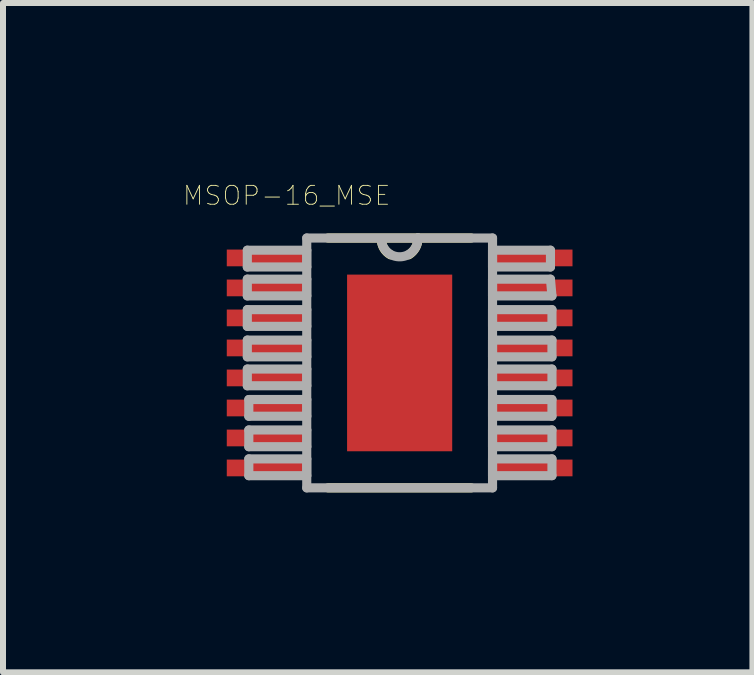
<source format=kicad_pcb>
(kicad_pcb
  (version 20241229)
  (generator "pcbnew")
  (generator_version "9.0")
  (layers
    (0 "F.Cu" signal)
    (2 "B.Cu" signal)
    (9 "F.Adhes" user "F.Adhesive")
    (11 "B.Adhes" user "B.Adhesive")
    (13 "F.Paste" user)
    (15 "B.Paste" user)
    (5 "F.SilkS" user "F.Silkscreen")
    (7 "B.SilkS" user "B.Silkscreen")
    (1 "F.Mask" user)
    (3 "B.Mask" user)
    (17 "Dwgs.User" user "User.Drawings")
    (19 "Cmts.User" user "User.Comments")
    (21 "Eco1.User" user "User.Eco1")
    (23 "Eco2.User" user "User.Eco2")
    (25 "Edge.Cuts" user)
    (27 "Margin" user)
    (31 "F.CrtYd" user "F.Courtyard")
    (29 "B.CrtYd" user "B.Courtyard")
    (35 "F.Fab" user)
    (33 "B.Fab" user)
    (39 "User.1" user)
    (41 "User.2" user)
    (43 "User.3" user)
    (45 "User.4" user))
  (footprint "MSOP-16_MSE"
    (layer "F.Cu")
    (at 3.614 3.002)
    (property "Reference" "MSOP-16_MSE" (at -1.883 -2.791 0) (layer "F.SilkS") (effects (font (size 0.315 0.315) (thickness 0.015))))
    (attr through_hole)
    (fp_line (start -1.194 2.083) (end 1.194 2.083) (stroke (width 0.152) (type solid)) (layer "F.SilkS"))
    (fp_line (start 0.305 -2.083) (end -1.194 -2.083) (stroke (width 0.152) (type solid)) (layer "F.SilkS"))
    (fp_line (start 1.194 -2.083) (end 0.305 -2.083) (stroke (width 0.152) (type solid)) (layer "F.SilkS"))
    (fp_arc (start -0.1524 -1.8034) (mid -0.26263 -1.909982) (end -0.3048 -2.0574) (stroke (width 0.1524) (type solid)) (layer "F.SilkS"))
    (fp_arc (start 0.3048 -2.082799) (mid 0.266032 -1.922682) (end 0.1524 -1.8034) (stroke (width 0.1524) (type solid)) (layer "F.SilkS"))
    (fp_line (start -2.54 -1.88) (end -2.54 -1.6) (stroke (width 0.152) (type solid)) (layer "F.Fab"))
    (fp_line (start -2.54 -1.6) (end -1.549 -1.6) (stroke (width 0.152) (type solid)) (layer "F.Fab"))
    (fp_line (start -2.54 -1.397) (end -2.54 -1.118) (stroke (width 0.152) (type solid)) (layer "F.Fab"))
    (fp_line (start -2.54 -1.118) (end -1.549 -1.118) (stroke (width 0.152) (type solid)) (layer "F.Fab"))
    (fp_line (start -2.54 -0.889) (end -2.54 -0.61) (stroke (width 0.152) (type solid)) (layer "F.Fab"))
    (fp_line (start -2.54 -0.61) (end -1.549 -0.61) (stroke (width 0.152) (type solid)) (layer "F.Fab"))
    (fp_line (start -2.54 -0.381) (end -2.54 -0.102) (stroke (width 0.152) (type solid)) (layer "F.Fab"))
    (fp_line (start -2.54 -0.102) (end -1.549 -0.102) (stroke (width 0.152) (type solid)) (layer "F.Fab"))
    (fp_line (start -2.54 0.102) (end -2.54 0.381) (stroke (width 0.152) (type solid)) (layer "F.Fab"))
    (fp_line (start -2.54 0.381) (end -1.549 0.381) (stroke (width 0.152) (type solid)) (layer "F.Fab"))
    (fp_line (start -2.515 0.61) (end -2.515 0.889) (stroke (width 0.152) (type solid)) (layer "F.Fab"))
    (fp_line (start -2.515 0.889) (end -1.549 0.889) (stroke (width 0.152) (type solid)) (layer "F.Fab"))
    (fp_line (start -2.515 1.118) (end -2.515 1.397) (stroke (width 0.152) (type solid)) (layer "F.Fab"))
    (fp_line (start -2.515 1.397) (end -1.549 1.397) (stroke (width 0.152) (type solid)) (layer "F.Fab"))
    (fp_line (start -2.515 1.6) (end -2.515 1.88) (stroke (width 0.152) (type solid)) (layer "F.Fab"))
    (fp_line (start -2.515 1.88) (end -1.549 1.88) (stroke (width 0.152) (type solid)) (layer "F.Fab"))
    (fp_line (start -1.549 -2.083) (end -1.549 2.083) (stroke (width 0.152) (type solid)) (layer "F.Fab"))
    (fp_line (start -1.549 -1.88) (end -2.54 -1.88) (stroke (width 0.152) (type solid)) (layer "F.Fab"))
    (fp_line (start -1.549 -1.6) (end -1.549 -1.88) (stroke (width 0.152) (type solid)) (layer "F.Fab"))
    (fp_line (start -1.549 -1.397) (end -2.54 -1.397) (stroke (width 0.152) (type solid)) (layer "F.Fab"))
    (fp_line (start -1.549 -1.118) (end -1.549 -1.397) (stroke (width 0.152) (type solid)) (layer "F.Fab"))
    (fp_line (start -1.549 -0.889) (end -2.54 -0.889) (stroke (width 0.152) (type solid)) (layer "F.Fab"))
    (fp_line (start -1.549 -0.61) (end -1.549 -0.889) (stroke (width 0.152) (type solid)) (layer "F.Fab"))
    (fp_line (start -1.549 -0.381) (end -2.54 -0.381) (stroke (width 0.152) (type solid)) (layer "F.Fab"))
    (fp_line (start -1.549 -0.102) (end -1.549 -0.381) (stroke (width 0.152) (type solid)) (layer "F.Fab"))
    (fp_line (start -1.549 0.102) (end -2.54 0.102) (stroke (width 0.152) (type solid)) (layer "F.Fab"))
    (fp_line (start -1.549 0.381) (end -1.549 0.102) (stroke (width 0.152) (type solid)) (layer "F.Fab"))
    (fp_line (start -1.549 0.61) (end -2.515 0.61) (stroke (width 0.152) (type solid)) (layer "F.Fab"))
    (fp_line (start -1.549 0.889) (end -1.549 0.61) (stroke (width 0.152) (type solid)) (layer "F.Fab"))
    (fp_line (start -1.549 1.118) (end -2.515 1.118) (stroke (width 0.152) (type solid)) (layer "F.Fab"))
    (fp_line (start -1.549 1.397) (end -1.549 1.118) (stroke (width 0.152) (type solid)) (layer "F.Fab"))
    (fp_line (start -1.549 1.6) (end -2.515 1.6) (stroke (width 0.152) (type solid)) (layer "F.Fab"))
    (fp_line (start -1.549 1.88) (end -1.549 1.6) (stroke (width 0.152) (type solid)) (layer "F.Fab"))
    (fp_line (start -1.549 2.083) (end 1.549 2.083) (stroke (width 0.152) (type solid)) (layer "F.Fab"))
    (fp_line (start 0.305 -2.083) (end -1.549 -2.083) (stroke (width 0.152) (type solid)) (layer "F.Fab"))
    (fp_line (start 1.549 -2.083) (end 0.305 -2.083) (stroke (width 0.152) (type solid)) (layer "F.Fab"))
    (fp_line (start 1.549 -1.88) (end 1.549 -1.6) (stroke (width 0.152) (type solid)) (layer "F.Fab"))
    (fp_line (start 1.549 -1.6) (end 2.515 -1.6) (stroke (width 0.152) (type solid)) (layer "F.Fab"))
    (fp_line (start 1.549 -1.397) (end 1.549 -1.118) (stroke (width 0.152) (type solid)) (layer "F.Fab"))
    (fp_line (start 1.549 -1.118) (end 2.54 -1.118) (stroke (width 0.152) (type solid)) (layer "F.Fab"))
    (fp_line (start 1.549 -0.889) (end 1.549 -0.61) (stroke (width 0.152) (type solid)) (layer "F.Fab"))
    (fp_line (start 1.549 -0.61) (end 2.54 -0.61) (stroke (width 0.152) (type solid)) (layer "F.Fab"))
    (fp_line (start 1.549 -0.381) (end 1.549 -0.102) (stroke (width 0.152) (type solid)) (layer "F.Fab"))
    (fp_line (start 1.549 -0.102) (end 2.54 -0.102) (stroke (width 0.152) (type solid)) (layer "F.Fab"))
    (fp_line (start 1.549 0.102) (end 1.549 0.381) (stroke (width 0.152) (type solid)) (layer "F.Fab"))
    (fp_line (start 1.549 0.381) (end 2.54 0.381) (stroke (width 0.152) (type solid)) (layer "F.Fab"))
    (fp_line (start 1.549 0.61) (end 1.549 0.889) (stroke (width 0.152) (type solid)) (layer "F.Fab"))
    (fp_line (start 1.549 0.889) (end 2.54 0.889) (stroke (width 0.152) (type solid)) (layer "F.Fab"))
    (fp_line (start 1.549 1.118) (end 1.549 1.397) (stroke (width 0.152) (type solid)) (layer "F.Fab"))
    (fp_line (start 1.549 1.397) (end 2.54 1.397) (stroke (width 0.152) (type solid)) (layer "F.Fab"))
    (fp_line (start 1.549 1.6) (end 1.549 1.88) (stroke (width 0.152) (type solid)) (layer "F.Fab"))
    (fp_line (start 1.549 1.88) (end 2.54 1.88) (stroke (width 0.152) (type solid)) (layer "F.Fab"))
    (fp_line (start 1.549 2.083) (end 1.549 -2.083) (stroke (width 0.152) (type solid)) (layer "F.Fab"))
    (fp_line (start 2.515 -1.88) (end 1.549 -1.88) (stroke (width 0.152) (type solid)) (layer "F.Fab"))
    (fp_line (start 2.515 -1.6) (end 2.515 -1.88) (stroke (width 0.152) (type solid)) (layer "F.Fab"))
    (fp_line (start 2.515 -1.397) (end 1.549 -1.397) (stroke (width 0.152) (type solid)) (layer "F.Fab"))
    (fp_line (start 2.54 -1.118) (end 2.515 -1.397) (stroke (width 0.152) (type solid)) (layer "F.Fab"))
    (fp_line (start 2.54 -0.889) (end 1.549 -0.889) (stroke (width 0.152) (type solid)) (layer "F.Fab"))
    (fp_line (start 2.54 -0.61) (end 2.54 -0.889) (stroke (width 0.152) (type solid)) (layer "F.Fab"))
    (fp_line (start 2.54 -0.381) (end 1.549 -0.381) (stroke (width 0.152) (type solid)) (layer "F.Fab"))
    (fp_line (start 2.54 -0.102) (end 2.54 -0.381) (stroke (width 0.152) (type solid)) (layer "F.Fab"))
    (fp_line (start 2.54 0.102) (end 1.549 0.102) (stroke (width 0.152) (type solid)) (layer "F.Fab"))
    (fp_line (start 2.54 0.381) (end 2.54 0.102) (stroke (width 0.152) (type solid)) (layer "F.Fab"))
    (fp_line (start 2.54 0.61) (end 1.549 0.61) (stroke (width 0.152) (type solid)) (layer "F.Fab"))
    (fp_line (start 2.54 0.889) (end 2.54 0.61) (stroke (width 0.152) (type solid)) (layer "F.Fab"))
    (fp_line (start 2.54 1.118) (end 1.549 1.118) (stroke (width 0.152) (type solid)) (layer "F.Fab"))
    (fp_line (start 2.54 1.397) (end 2.54 1.118) (stroke (width 0.152) (type solid)) (layer "F.Fab"))
    (fp_line (start 2.54 1.6) (end 1.549 1.6) (stroke (width 0.152) (type solid)) (layer "F.Fab"))
    (fp_line (start 2.54 1.88) (end 2.54 1.6) (stroke (width 0.152) (type solid)) (layer "F.Fab"))
    (fp_arc (start 0.3048 -2.0828) (mid 0.0127 -1.7653) (end -0.3048 -2.0574) (stroke (width 0.1524) (type solid)) (layer "F.Fab"))
    (pad "1" smd rect (at -2.184 -1.751) (size 1.397 0.279) (layers "F.Cu" "F.Mask" "F.Paste"))
    (pad "2" smd rect (at -2.184 -1.251) (size 1.397 0.279) (layers "F.Cu" "F.Mask" "F.Paste"))
    (pad "3" smd rect (at -2.184 -0.751) (size 1.397 0.279) (layers "F.Cu" "F.Mask" "F.Paste"))
    (pad "4" smd rect (at -2.184 -0.25) (size 1.397 0.279) (layers "F.Cu" "F.Mask" "F.Paste"))
    (pad "5" smd rect (at -2.184 0.25) (size 1.397 0.279) (layers "F.Cu" "F.Mask" "F.Paste"))
    (pad "6" smd rect (at -2.184 0.751) (size 1.397 0.279) (layers "F.Cu" "F.Mask" "F.Paste"))
    (pad "7" smd rect (at -2.184 1.251) (size 1.397 0.279) (layers "F.Cu" "F.Mask" "F.Paste"))
    (pad "8" smd rect (at -2.184 1.751) (size 1.397 0.279) (layers "F.Cu" "F.Mask" "F.Paste"))
    (pad "9" smd rect (at 2.184 1.751) (size 1.397 0.279) (layers "F.Cu" "F.Mask" "F.Paste"))
    (pad "10" smd rect (at 2.184 1.251) (size 1.397 0.279) (layers "F.Cu" "F.Mask" "F.Paste"))
    (pad "11" smd rect (at 2.184 0.751) (size 1.397 0.279) (layers "F.Cu" "F.Mask" "F.Paste"))
    (pad "12" smd rect (at 2.184 0.25) (size 1.397 0.279) (layers "F.Cu" "F.Mask" "F.Paste"))
    (pad "13" smd rect (at 2.184 -0.25) (size 1.397 0.279) (layers "F.Cu" "F.Mask" "F.Paste"))
    (pad "14" smd rect (at 2.184 -0.751) (size 1.397 0.279) (layers "F.Cu" "F.Mask" "F.Paste"))
    (pad "15" smd rect (at 2.184 -1.251) (size 1.397 0.279) (layers "F.Cu" "F.Mask" "F.Paste"))
    (pad "16" smd rect (at 2.184 -1.751) (size 1.397 0.279) (layers "F.Cu" "F.Mask" "F.Paste"))
    (pad "17" smd rect (at 0 0) (size 1.753 2.946) (layers "F.Cu" "F.Mask")))
  (gr_rect
    (start -3 -3)
    (end 9.497 8.161)
    (stroke (width 0.1) (type default))
    (fill no)
    (layer "Edge.Cuts")))
</source>
